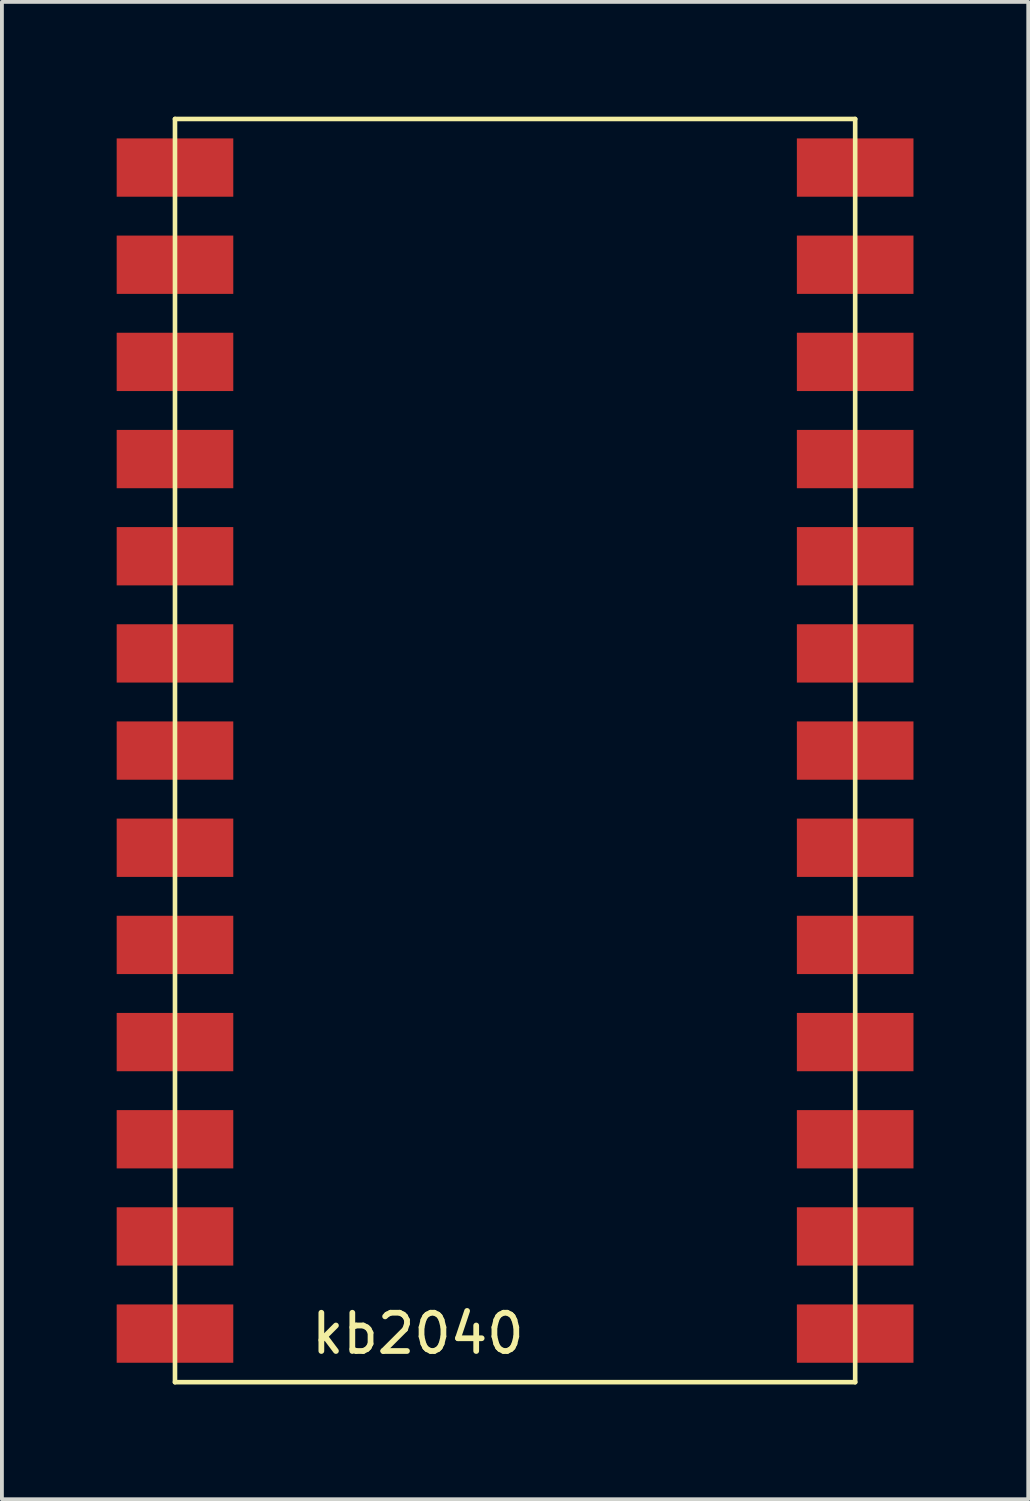
<source format=kicad_pcb>
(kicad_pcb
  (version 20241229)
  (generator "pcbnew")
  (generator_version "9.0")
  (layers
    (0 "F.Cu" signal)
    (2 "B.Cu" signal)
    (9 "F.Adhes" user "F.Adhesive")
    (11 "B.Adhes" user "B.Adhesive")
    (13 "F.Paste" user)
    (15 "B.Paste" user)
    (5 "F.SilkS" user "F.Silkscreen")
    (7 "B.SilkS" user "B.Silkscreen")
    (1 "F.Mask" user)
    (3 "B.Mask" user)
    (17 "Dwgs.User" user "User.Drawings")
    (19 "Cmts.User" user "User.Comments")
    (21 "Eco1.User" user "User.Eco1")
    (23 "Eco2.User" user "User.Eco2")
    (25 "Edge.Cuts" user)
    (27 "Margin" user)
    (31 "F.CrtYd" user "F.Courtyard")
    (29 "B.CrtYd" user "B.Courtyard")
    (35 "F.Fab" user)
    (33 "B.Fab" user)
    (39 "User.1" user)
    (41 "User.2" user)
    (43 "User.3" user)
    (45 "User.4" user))
  (footprint "kb2040"
    (layer "F.Cu")
    (at 10.414 16.57)
    (property "Reference" "kb2040" (at -2.54 15.24 0) (layer "F.SilkS") (effects (font (size 1 1) (thickness 0.15))))
    (attr through_hole)
    (fp_line (start -8.89 -16.51) (end -8.89 16.51) (stroke (width 0.12) (type solid)) (layer "F.SilkS"))
    (fp_line (start -8.89 -16.51) (end 8.89 -16.51) (stroke (width 0.12) (type solid)) (layer "F.SilkS"))
    (fp_line (start -8.89 16.51) (end 8.89 16.51) (stroke (width 0.12) (type solid)) (layer "F.SilkS"))
    (fp_line (start 8.89 -16.51) (end 8.89 16.51) (stroke (width 0.12) (type solid)) (layer "F.SilkS"))
    (pad "1" smd trapezoid (at -8.89 -15.24) (size 3.048 1.524) (layers "F.Cu" "F.Mask" "F.Paste"))
    (pad "2" smd trapezoid (at -8.89 -12.7) (size 3.048 1.524) (layers "F.Cu" "F.Mask" "F.Paste"))
    (pad "3" smd trapezoid (at -8.89 -10.16) (size 3.048 1.524) (layers "F.Cu" "F.Mask" "F.Paste"))
    (pad "4" smd trapezoid (at -8.89 -7.62) (size 3.048 1.524) (layers "F.Cu" "F.Mask" "F.Paste"))
    (pad "5" smd trapezoid (at -8.89 -5.08) (size 3.048 1.524) (layers "F.Cu" "F.Mask" "F.Paste"))
    (pad "6" smd trapezoid (at -8.89 -2.54) (size 3.048 1.524) (layers "F.Cu" "F.Mask" "F.Paste"))
    (pad "7" smd trapezoid (at -8.89 0) (size 3.048 1.524) (layers "F.Cu" "F.Mask" "F.Paste"))
    (pad "8" smd trapezoid (at -8.89 2.54) (size 3.048 1.524) (layers "F.Cu" "F.Mask" "F.Paste"))
    (pad "9" smd trapezoid (at -8.89 5.08) (size 3.048 1.524) (layers "F.Cu" "F.Mask" "F.Paste"))
    (pad "10" smd trapezoid (at -8.89 7.62) (size 3.048 1.524) (layers "F.Cu" "F.Mask" "F.Paste"))
    (pad "11" smd trapezoid (at -8.89 10.16) (size 3.048 1.524) (layers "F.Cu" "F.Mask" "F.Paste"))
    (pad "12" smd trapezoid (at -8.89 12.7) (size 3.048 1.524) (layers "F.Cu" "F.Mask" "F.Paste"))
    (pad "13" smd trapezoid (at -8.89 15.24) (size 3.048 1.524) (layers "F.Cu" "F.Mask" "F.Paste"))
    (pad "14" smd trapezoid (at 8.89 -15.24) (size 3.048 1.524) (layers "F.Cu" "F.Mask" "F.Paste"))
    (pad "15" smd trapezoid (at 8.89 -12.7) (size 3.048 1.524) (layers "F.Cu" "F.Mask" "F.Paste"))
    (pad "16" smd trapezoid (at 8.89 -10.16) (size 3.048 1.524) (layers "F.Cu" "F.Mask" "F.Paste"))
    (pad "17" smd trapezoid (at 8.89 -7.62) (size 3.048 1.524) (layers "F.Cu" "F.Mask" "F.Paste"))
    (pad "18" smd trapezoid (at 8.89 -5.08) (size 3.048 1.524) (layers "F.Cu" "F.Mask" "F.Paste"))
    (pad "19" smd trapezoid (at 8.89 -2.54) (size 3.048 1.524) (layers "F.Cu" "F.Mask" "F.Paste"))
    (pad "20" smd trapezoid (at 8.89 0) (size 3.048 1.524) (layers "F.Cu" "F.Mask" "F.Paste"))
    (pad "21" smd trapezoid (at 8.89 2.54) (size 3.048 1.524) (layers "F.Cu" "F.Mask" "F.Paste"))
    (pad "22" smd trapezoid (at 8.89 5.08) (size 3.048 1.524) (layers "F.Cu" "F.Mask" "F.Paste"))
    (pad "23" smd trapezoid (at 8.89 7.62) (size 3.048 1.524) (layers "F.Cu" "F.Mask" "F.Paste"))
    (pad "24" smd trapezoid (at 8.89 10.16) (size 3.048 1.524) (layers "F.Cu" "F.Mask" "F.Paste"))
    (pad "25" smd trapezoid (at 8.89 12.7) (size 3.048 1.524) (layers "F.Cu" "F.Mask" "F.Paste"))
    (pad "26" smd trapezoid (at 8.89 15.24) (size 3.048 1.524) (layers "F.Cu" "F.Mask" "F.Paste")))
  (gr_rect
    (start -3 -3)
    (end 23.828 36.14)
    (stroke (width 0.1) (type default))
    (fill no)
    (layer "Edge.Cuts")))
</source>
